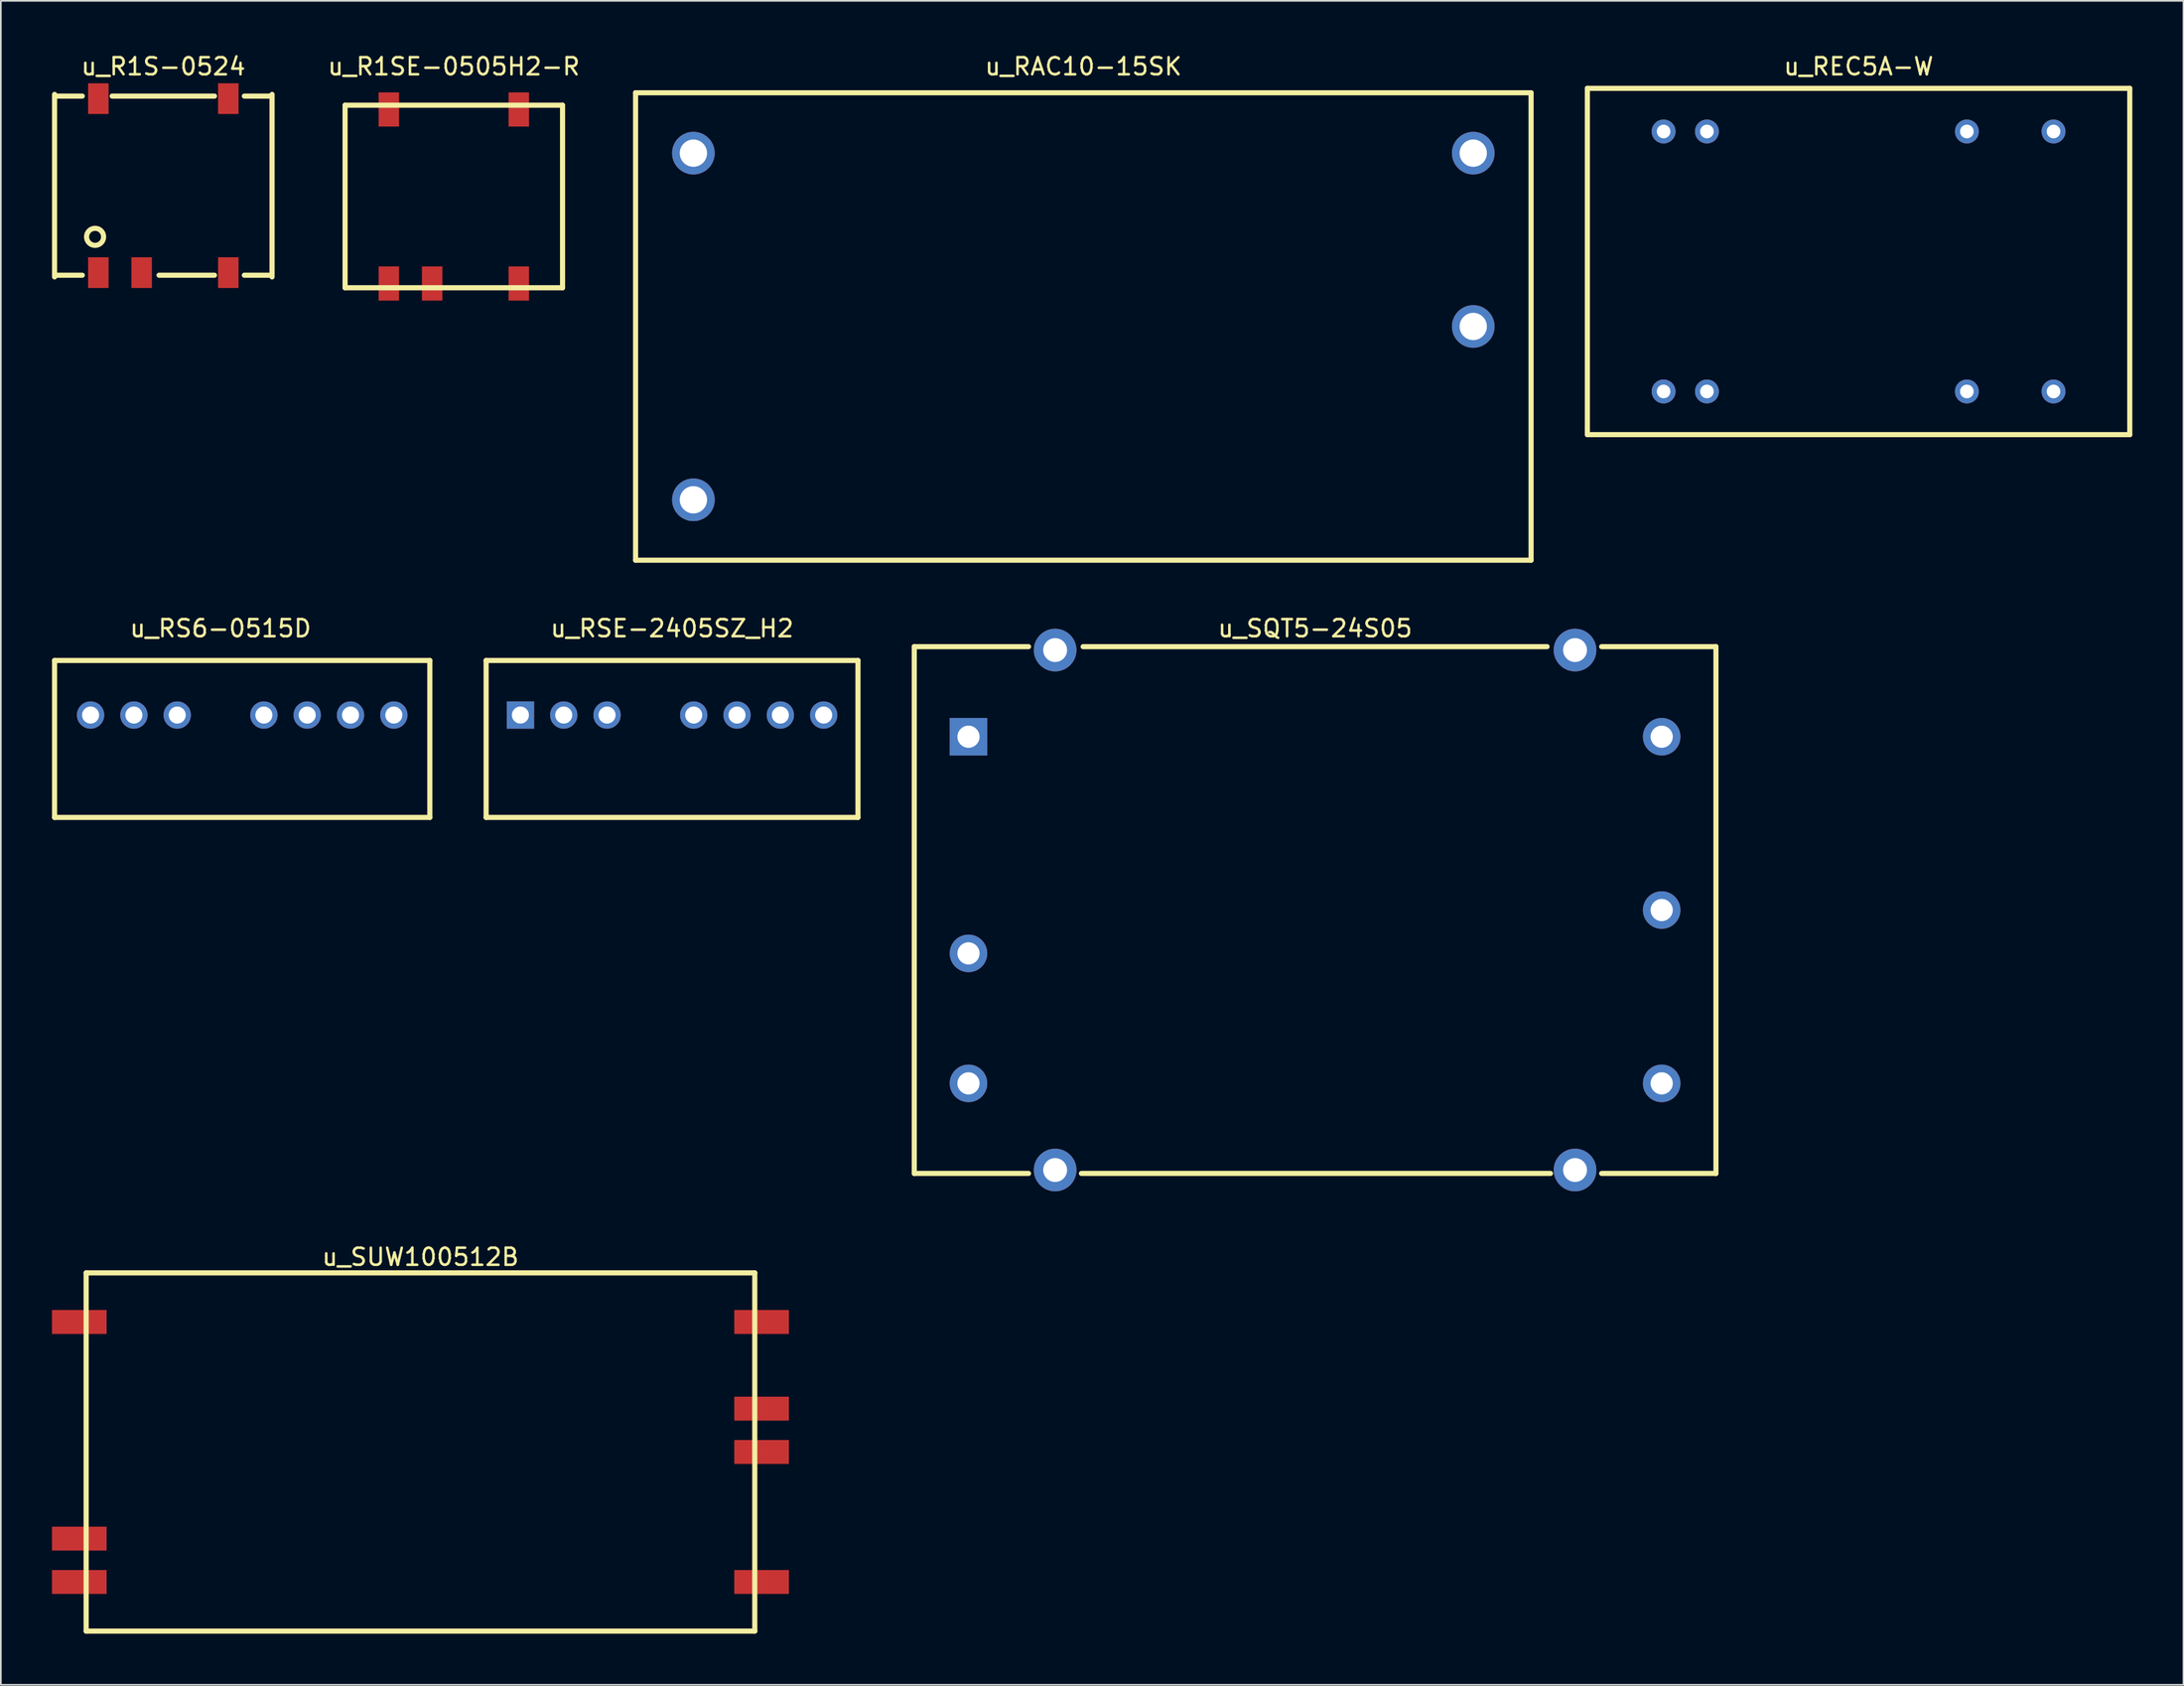
<source format=kicad_pcb>
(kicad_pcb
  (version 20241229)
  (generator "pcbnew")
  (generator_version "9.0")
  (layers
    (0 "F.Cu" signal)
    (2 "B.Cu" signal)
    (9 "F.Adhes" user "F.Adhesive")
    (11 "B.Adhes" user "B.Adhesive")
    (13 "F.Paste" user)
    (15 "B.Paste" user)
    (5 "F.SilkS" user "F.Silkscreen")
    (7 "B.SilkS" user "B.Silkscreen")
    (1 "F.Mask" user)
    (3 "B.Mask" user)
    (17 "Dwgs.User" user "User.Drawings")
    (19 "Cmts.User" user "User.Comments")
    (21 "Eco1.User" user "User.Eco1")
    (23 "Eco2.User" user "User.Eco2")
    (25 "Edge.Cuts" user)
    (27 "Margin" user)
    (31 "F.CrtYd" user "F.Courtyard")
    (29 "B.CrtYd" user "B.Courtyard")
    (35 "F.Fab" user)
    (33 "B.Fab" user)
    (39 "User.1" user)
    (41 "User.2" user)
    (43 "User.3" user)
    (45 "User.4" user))
  (footprint "u_RSE-2405SZ_H2"
    (layer "F.Cu")
    (at 36.35 38.867)
    (property "Reference" "u_RSE-2405SZ_H2" (at 0 -5.08 0) (layer "F.SilkS") (effects (font (size 1 1) (thickness 0.15))))
    (attr through_hole)
    (fp_line (start -10.9 -3.2) (end -10.9 6) (stroke (width 0.3) (type solid)) (layer "F.SilkS"))
    (fp_line (start -10.9 -3.2) (end 10.9 -3.2) (stroke (width 0.3) (type solid)) (layer "F.SilkS"))
    (fp_line (start -10.9 6) (end 10.9 6) (stroke (width 0.3) (type solid)) (layer "F.SilkS"))
    (fp_line (start 10.9 6) (end 10.9 -3.2) (stroke (width 0.3) (type solid)) (layer "F.SilkS"))
    (pad "1" thru_hole rect (at -8.89 0) (size 1.6 1.6) (drill 1) (layers "*.Cu" "*.Mask"))
    (pad "2" thru_hole circle (at -6.35 0) (size 1.6 1.6) (drill 1) (layers "*.Cu" "*.Mask"))
    (pad "3" thru_hole circle (at -3.81 0) (size 1.6 1.6) (drill 1) (layers "*.Cu" "*.Mask"))
    (pad "5" thru_hole circle (at 1.27 0) (size 1.6 1.6) (drill 1) (layers "*.Cu" "*.Mask"))
    (pad "6" thru_hole circle (at 3.81 0) (size 1.6 1.6) (drill 1) (layers "*.Cu" "*.Mask"))
    (pad "7" thru_hole circle (at 6.35 0) (size 1.6 1.6) (drill 1) (layers "*.Cu" "*.Mask"))
    (pad "8" thru_hole circle (at 8.89 0) (size 1.6 1.6) (drill 1) (layers "*.Cu" "*.Mask")))
  (footprint "u_RAC10-15SK"
    (layer "F.Cu")
    (at 60.462 16.088)
    (property "Reference" "u_RAC10-15SK" (at 0 -15.24 0) (layer "F.SilkS") (effects (font (size 1 1) (thickness 0.15))))
    (attr through_hole)
    (fp_line (start -26.25 -13.7) (end -26.25 13.7) (stroke (width 0.3) (type solid)) (layer "F.SilkS"))
    (fp_line (start -26.25 13.7) (end 26.25 13.7) (stroke (width 0.3) (type solid)) (layer "F.SilkS"))
    (fp_line (start 26.25 -13.7) (end -26.25 -13.7) (stroke (width 0.3) (type solid)) (layer "F.SilkS"))
    (fp_line (start 26.25 13.7) (end 26.25 -13.7) (stroke (width 0.3) (type solid)) (layer "F.SilkS"))
    (pad "1" thru_hole circle (at -22.86 -10.16) (size 2.5 2.5) (drill 1.6) (layers "*.Cu" "*.Mask"))
    (pad "2" thru_hole circle (at -22.86 10.16) (size 2.5 2.5) (drill 1.6) (layers "*.Cu" "*.Mask"))
    (pad "4" thru_hole circle (at 22.86 0) (size 2.5 2.5) (drill 1.6) (layers "*.Cu" "*.Mask"))
    (pad "5" thru_hole circle (at 22.86 -10.16) (size 2.5 2.5) (drill 1.6) (layers "*.Cu" "*.Mask")))
  (footprint "u_RS6-0515D"
    (layer "F.Cu")
    (at 11.15 38.867)
    (property "Reference" "u_RS6-0515D" (at -1.27 -5.08 0) (layer "F.SilkS") (effects (font (size 1 1) (thickness 0.15))))
    (attr through_hole)
    (fp_line (start -11 -3.2) (end -11 6) (stroke (width 0.3) (type solid)) (layer "F.SilkS"))
    (fp_line (start -11 6) (end 11 6) (stroke (width 0.3) (type solid)) (layer "F.SilkS"))
    (fp_line (start 11 -3.2) (end -11 -3.2) (stroke (width 0.3) (type solid)) (layer "F.SilkS"))
    (fp_line (start 11 6) (end 11 -3.2) (stroke (width 0.3) (type solid)) (layer "F.SilkS"))
    (pad "1" thru_hole circle (at -8.89 0) (size 1.6 1.6) (drill 1) (layers "*.Cu" "*.Mask"))
    (pad "2" thru_hole circle (at -6.35 0) (size 1.6 1.6) (drill 1) (layers "*.Cu" "*.Mask"))
    (pad "3" thru_hole circle (at -3.81 0) (size 1.6 1.6) (drill 1) (layers "*.Cu" "*.Mask"))
    (pad "5" thru_hole circle (at 1.27 0) (size 1.6 1.6) (drill 1) (layers "*.Cu" "*.Mask"))
    (pad "6" thru_hole circle (at 3.81 0) (size 1.6 1.6) (drill 1) (layers "*.Cu" "*.Mask"))
    (pad "7" thru_hole circle (at 6.35 0) (size 1.6 1.6) (drill 1) (layers "*.Cu" "*.Mask"))
    (pad "8" thru_hole circle (at 8.89 0) (size 1.6 1.6) (drill 1) (layers "*.Cu" "*.Mask")))
  (footprint "u_SQT5-24S05"
    (layer "F.Cu")
    (at 74.05 50.297)
    (property "Reference" "u_SQT5-24S05" (at 0 -16.51 0) (layer "F.SilkS") (effects (font (size 1 1) (thickness 0.15))))
    (attr through_hole)
    (fp_line (start -23.5 -15.44) (end -23.5 15.44) (stroke (width 0.3) (type solid)) (layer "F.SilkS"))
    (fp_line (start -16.8 -15.44) (end -23.5 -15.44) (stroke (width 0.3) (type solid)) (layer "F.SilkS"))
    (fp_line (start -16.8 15.44) (end -23.5 15.44) (stroke (width 0.3) (type solid)) (layer "F.SilkS"))
    (fp_line (start -13.6 -15.44) (end 13.6 -15.44) (stroke (width 0.3) (type solid)) (layer "F.SilkS"))
    (fp_line (start 13.8 15.44) (end -13.7 15.44) (stroke (width 0.3) (type solid)) (layer "F.SilkS"))
    (fp_line (start 16.8 -15.44) (end 23.5 -15.44) (stroke (width 0.3) (type solid)) (layer "F.SilkS"))
    (fp_line (start 16.8 15.44) (end 23.5 15.44) (stroke (width 0.3) (type solid)) (layer "F.SilkS"))
    (fp_line (start 23.5 15.44) (end 23.5 -15.44) (stroke (width 0.3) (type solid)) (layer "F.SilkS"))
    (pad "1" thru_hole rect (at -20.32 -10.16) (size 2.2 2.2) (drill 1.3) (layers "*.Cu" "*.Mask"))
    (pad "2" thru_hole circle (at -20.32 2.54) (size 2.2 2.2) (drill 1.3) (layers "*.Cu" "*.Mask"))
    (pad "3" thru_hole circle (at -20.32 10.16) (size 2.2 2.2) (drill 1.3) (layers "*.Cu" "*.Mask"))
    (pad "4" thru_hole circle (at 20.32 -10.16) (size 2.2 2.2) (drill 1.3) (layers "*.Cu" "*.Mask"))
    (pad "5" thru_hole circle (at 20.32 0) (size 2.2 2.2) (drill 1.3) (layers "*.Cu" "*.Mask"))
    (pad "6" thru_hole circle (at 20.32 10.16) (size 2.2 2.2) (drill 1.3) (layers "*.Cu" "*.Mask"))
    (pad "7" thru_hole circle (at -15.24 -15.24) (size 2.5 2.5) (drill 1.4) (layers "*.Cu" "*.Mask"))
    (pad "8" thru_hole circle (at -15.24 15.24) (size 2.5 2.5) (drill 1.4) (layers "*.Cu" "*.Mask"))
    (pad "9" thru_hole circle (at 15.24 -15.24) (size 2.5 2.5) (drill 1.4) (layers "*.Cu" "*.Mask"))
    (pad "10" thru_hole circle (at 15.24 15.24) (size 2.5 2.5) (drill 1.4) (layers "*.Cu" "*.Mask")))
  (footprint "u_R1S-0524"
    (layer "F.Cu")
    (at 6.525 7.833)
    (property "Reference" "u_R1S-0524" (at 0 -6.985 0) (layer "F.SilkS") (effects (font (size 1 1) (thickness 0.15))))
    (attr through_hole)
    (fp_line (start -6.375 -5.35) (end -6.375 5.35) (stroke (width 0.3) (type solid)) (layer "F.SilkS"))
    (fp_line (start -6.25 -5.25) (end -4.75 -5.25) (stroke (width 0.3) (type solid)) (layer "F.SilkS"))
    (fp_line (start -6.25 5.25) (end -4.75 5.25) (stroke (width 0.3) (type solid)) (layer "F.SilkS"))
    (fp_line (start -3 -5.25) (end 3 -5.25) (stroke (width 0.3) (type solid)) (layer "F.SilkS"))
    (fp_line (start -0.25 5.25) (end 3 5.25) (stroke (width 0.3) (type solid)) (layer "F.SilkS"))
    (fp_line (start 4.75 -5.25) (end 6.25 -5.25) (stroke (width 0.3) (type solid)) (layer "F.SilkS"))
    (fp_line (start 4.75 5.25) (end 6.25 5.25) (stroke (width 0.3) (type solid)) (layer "F.SilkS"))
    (fp_line (start 6.375 5.35) (end 6.375 -5.35) (stroke (width 0.3) (type solid)) (layer "F.SilkS"))
    (fp_circle (center -4 3) (end -3.5 3) (stroke (width 0.3) (type solid)) (fill no) (layer "F.SilkS"))
    (pad "1" smd rect (at -3.81 5.1) (size 1.2 1.8) (layers "F.Cu" "F.Mask" "F.Paste"))
    (pad "2" smd rect (at -1.27 5.1) (size 1.2 1.8) (layers "F.Cu" "F.Mask" "F.Paste"))
    (pad "4" smd rect (at 3.81 5.1) (size 1.2 1.8) (layers "F.Cu" "F.Mask" "F.Paste"))
    (pad "5" smd rect (at 3.81 -5.1) (size 1.2 1.8) (layers "F.Cu" "F.Mask" "F.Paste"))
    (pad "8" smd rect (at -3.81 -5.1) (size 1.2 1.8) (layers "F.Cu" "F.Mask" "F.Paste")))
  (footprint "u_R1SE-0505H2-R"
    (layer "F.Cu")
    (at 23.556 8.468)
    (property "Reference" "u_R1SE-0505H2-R" (at 0 -7.62 0) (layer "F.SilkS") (effects (font (size 1 1) (thickness 0.15))))
    (attr through_hole)
    (fp_line (start -6.375 -5.35) (end -6.375 5.35) (stroke (width 0.3) (type solid)) (layer "F.SilkS"))
    (fp_line (start -6.375 5.35) (end 6.375 5.35) (stroke (width 0.3) (type solid)) (layer "F.SilkS"))
    (fp_line (start 6.375 -5.35) (end -6.375 -5.35) (stroke (width 0.3) (type solid)) (layer "F.SilkS"))
    (fp_line (start 6.375 5.35) (end 6.375 -5.35) (stroke (width 0.3) (type solid)) (layer "F.SilkS"))
    (pad "1" smd rect (at -3.81 5.1) (size 1.2 2) (layers "F.Cu" "F.Mask" "F.Paste"))
    (pad "2" smd rect (at -1.27 5.1) (size 1.2 2) (layers "F.Cu" "F.Mask" "F.Paste"))
    (pad "4" smd rect (at 3.81 5.1) (size 1.2 2) (layers "F.Cu" "F.Mask" "F.Paste"))
    (pad "5" smd rect (at 3.81 -5.1) (size 1.2 2) (layers "F.Cu" "F.Mask" "F.Paste"))
    (pad "8" smd rect (at -3.81 -5.1) (size 1.2 2) (layers "F.Cu" "F.Mask" "F.Paste")))
  (footprint "u_REC5A-W"
    (layer "F.Cu")
    (at 105.912 12.278)
    (property "Reference" "u_REC5A-W" (at 0 -11.43 0) (layer "F.SilkS") (effects (font (size 1 1) (thickness 0.15))))
    (attr through_hole)
    (fp_line (start -15.9 -10.15) (end -15.9 10.15) (stroke (width 0.3) (type solid)) (layer "F.SilkS"))
    (fp_line (start -15.9 10.15) (end 15.9 10.15) (stroke (width 0.3) (type solid)) (layer "F.SilkS"))
    (fp_line (start 15.9 -10.15) (end -15.9 -10.15) (stroke (width 0.3) (type solid)) (layer "F.SilkS"))
    (fp_line (start 15.9 10.15) (end 15.9 -10.15) (stroke (width 0.3) (type solid)) (layer "F.SilkS"))
    (pad "2" thru_hole circle (at -11.43 7.62) (size 1.4 1.4) (drill 0.8) (layers "*.Cu" "*.Mask"))
    (pad "3" thru_hole circle (at -8.89 7.62) (size 1.4 1.4) (drill 0.8) (layers "*.Cu" "*.Mask"))
    (pad "9" thru_hole circle (at 6.35 7.62) (size 1.4 1.4) (drill 0.8) (layers "*.Cu" "*.Mask"))
    (pad "11" thru_hole circle (at 11.43 7.62) (size 1.4 1.4) (drill 0.8) (layers "*.Cu" "*.Mask"))
    (pad "14" thru_hole circle (at 11.43 -7.62) (size 1.4 1.4) (drill 0.8) (layers "*.Cu" "*.Mask"))
    (pad "16" thru_hole circle (at 6.35 -7.62) (size 1.4 1.4) (drill 0.8) (layers "*.Cu" "*.Mask"))
    (pad "22" thru_hole circle (at -8.89 -7.62) (size 1.4 1.4) (drill 0.8) (layers "*.Cu" "*.Mask"))
    (pad "23" thru_hole circle (at -11.43 -7.62) (size 1.4 1.4) (drill 0.8) (layers "*.Cu" "*.Mask")))
  (footprint "u_SUW100512B"
    (layer "F.Cu")
    (at 21.6 82.065)
    (property "Reference" "u_SUW100512B" (at 0 -11.43 0) (layer "F.SilkS") (effects (font (size 1 1) (thickness 0.15))))
    (attr through_hole)
    (fp_line (start -19.6 -10.5) (end -19.6 10.5) (stroke (width 0.3) (type solid)) (layer "F.SilkS"))
    (fp_line (start 19.6 -10.5) (end -19.6 -10.5) (stroke (width 0.3) (type solid)) (layer "F.SilkS"))
    (fp_line (start 19.6 -10.5) (end 19.6 10.5) (stroke (width 0.3) (type solid)) (layer "F.SilkS"))
    (fp_line (start 19.6 10.5) (end -19.6 10.5) (stroke (width 0.3) (type solid)) (layer "F.SilkS"))
    (pad "1" smd rect (at -20 -7.62) (size 3.2 1.4) (layers "F.Cu" "F.Mask" "F.Paste"))
    (pad "2" smd rect (at -20 5.08) (size 3.2 1.4) (layers "F.Cu" "F.Mask" "F.Paste"))
    (pad "3" smd rect (at -20 7.62) (size 3.2 1.4) (layers "F.Cu" "F.Mask" "F.Paste"))
    (pad "4" smd rect (at 20 -7.62) (size 3.2 1.4) (layers "F.Cu" "F.Mask" "F.Paste"))
    (pad "5" smd rect (at 20 -2.54) (size 3.2 1.4) (layers "F.Cu" "F.Mask" "F.Paste"))
    (pad "6" smd rect (at 20 0) (size 3.2 1.4) (layers "F.Cu" "F.Mask" "F.Paste"))
    (pad "7" smd rect (at 20 7.62) (size 3.2 1.4) (layers "F.Cu" "F.Mask" "F.Paste")))
  (gr_rect
    (start -3 -3)
    (end 124.962 95.715)
    (stroke (width 0.1) (type default))
    (fill no)
    (layer "Edge.Cuts")))
</source>
